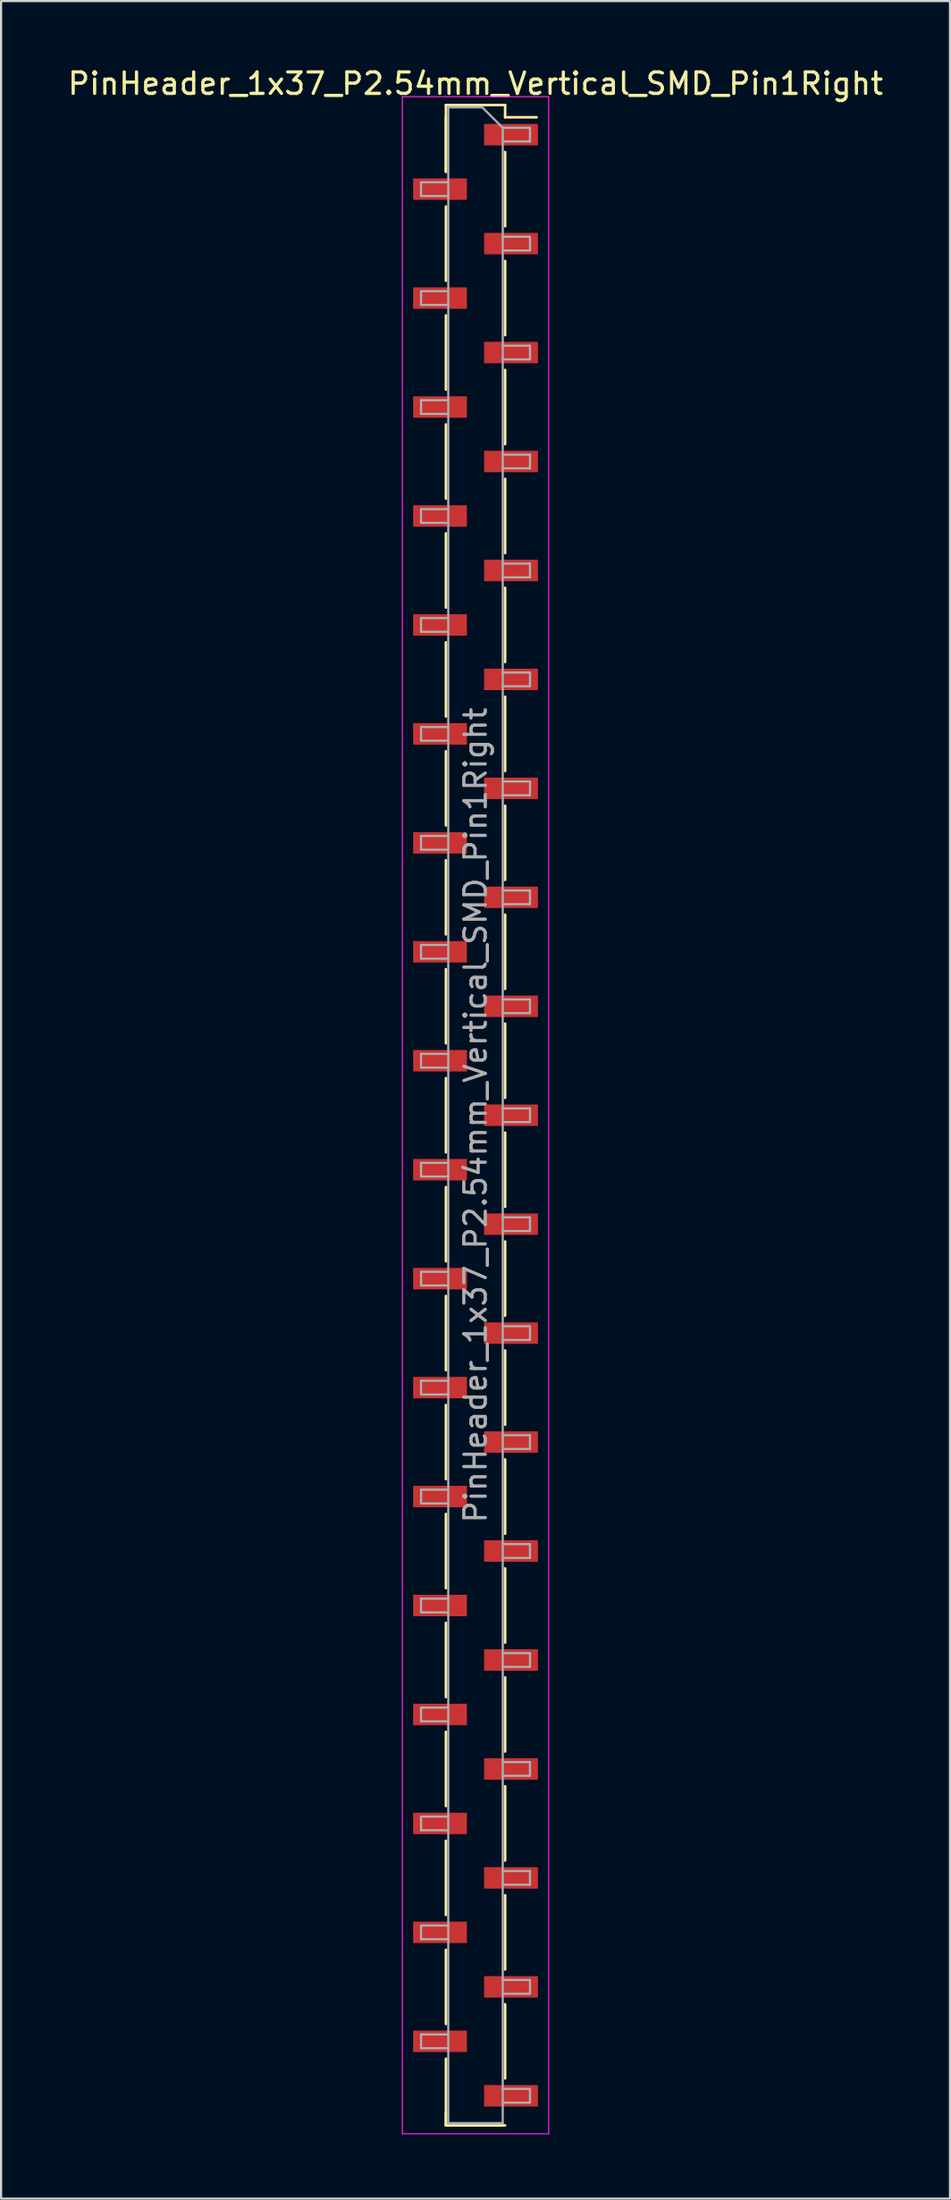
<source format=kicad_pcb>
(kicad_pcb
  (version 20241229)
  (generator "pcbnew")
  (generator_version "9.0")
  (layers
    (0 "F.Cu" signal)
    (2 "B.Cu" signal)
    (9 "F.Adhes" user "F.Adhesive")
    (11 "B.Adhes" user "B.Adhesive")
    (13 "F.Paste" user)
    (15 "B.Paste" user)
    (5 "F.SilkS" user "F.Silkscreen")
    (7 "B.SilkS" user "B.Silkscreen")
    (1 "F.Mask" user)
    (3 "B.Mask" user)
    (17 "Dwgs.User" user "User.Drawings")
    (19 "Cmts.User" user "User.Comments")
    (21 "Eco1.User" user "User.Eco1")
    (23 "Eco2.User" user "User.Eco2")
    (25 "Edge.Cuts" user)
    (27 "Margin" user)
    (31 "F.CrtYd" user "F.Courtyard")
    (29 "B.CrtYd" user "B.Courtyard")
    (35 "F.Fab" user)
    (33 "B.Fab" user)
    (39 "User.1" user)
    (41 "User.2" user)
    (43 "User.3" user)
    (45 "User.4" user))
  (footprint "PinHeader_1x37_P2.54mm_Vertical_SMD_Pin1Right"
    (layer "F.Cu")
    (at 19.125 48.948)
    (property "Reference" "PinHeader_1x37_P2.54mm_Vertical_SMD_Pin1Right" (at 0 -48.1 0) (layer "F.SilkS") (effects (font (size 1 1) (thickness 0.15))))
    (attr smd)
    (fp_line (start -1.38 -47.1) (end -1.38 -43.99) (stroke (width 0.12) (type solid)) (layer "F.SilkS"))
    (fp_line (start -1.38 -47.1) (end 1.38 -47.1) (stroke (width 0.12) (type solid)) (layer "F.SilkS"))
    (fp_line (start -1.38 -46.53) (end -1.38 -43.99) (stroke (width 0.12) (type solid)) (layer "F.SilkS"))
    (fp_line (start -1.38 -42.37) (end -1.38 -38.91) (stroke (width 0.12) (type solid)) (layer "F.SilkS"))
    (fp_line (start -1.38 -37.29) (end -1.38 -33.83) (stroke (width 0.12) (type solid)) (layer "F.SilkS"))
    (fp_line (start -1.38 -32.21) (end -1.38 -28.75) (stroke (width 0.12) (type solid)) (layer "F.SilkS"))
    (fp_line (start -1.38 -27.13) (end -1.38 -23.67) (stroke (width 0.12) (type solid)) (layer "F.SilkS"))
    (fp_line (start -1.38 -22.05) (end -1.38 -18.59) (stroke (width 0.12) (type solid)) (layer "F.SilkS"))
    (fp_line (start -1.38 -16.97) (end -1.38 -13.51) (stroke (width 0.12) (type solid)) (layer "F.SilkS"))
    (fp_line (start -1.38 -11.89) (end -1.38 -8.43) (stroke (width 0.12) (type solid)) (layer "F.SilkS"))
    (fp_line (start -1.38 -6.81) (end -1.38 -3.35) (stroke (width 0.12) (type solid)) (layer "F.SilkS"))
    (fp_line (start -1.38 -1.73) (end -1.38 1.73) (stroke (width 0.12) (type solid)) (layer "F.SilkS"))
    (fp_line (start -1.38 3.35) (end -1.38 6.81) (stroke (width 0.12) (type solid)) (layer "F.SilkS"))
    (fp_line (start -1.38 8.43) (end -1.38 11.89) (stroke (width 0.12) (type solid)) (layer "F.SilkS"))
    (fp_line (start -1.38 13.51) (end -1.38 16.97) (stroke (width 0.12) (type solid)) (layer "F.SilkS"))
    (fp_line (start -1.38 18.59) (end -1.38 22.05) (stroke (width 0.12) (type solid)) (layer "F.SilkS"))
    (fp_line (start -1.38 23.67) (end -1.38 27.13) (stroke (width 0.12) (type solid)) (layer "F.SilkS"))
    (fp_line (start -1.38 28.75) (end -1.38 32.21) (stroke (width 0.12) (type solid)) (layer "F.SilkS"))
    (fp_line (start -1.38 33.83) (end -1.38 37.29) (stroke (width 0.12) (type solid)) (layer "F.SilkS"))
    (fp_line (start -1.38 38.91) (end -1.38 42.37) (stroke (width 0.12) (type solid)) (layer "F.SilkS"))
    (fp_line (start -1.38 43.99) (end -1.38 47.1) (stroke (width 0.12) (type solid)) (layer "F.SilkS"))
    (fp_line (start -1.38 46.53) (end -1.38 47.1) (stroke (width 0.12) (type solid)) (layer "F.SilkS"))
    (fp_line (start -1.38 47.1) (end 1.38 47.1) (stroke (width 0.12) (type solid)) (layer "F.SilkS"))
    (fp_line (start 1.38 -47.1) (end 1.38 -46.53) (stroke (width 0.12) (type solid)) (layer "F.SilkS"))
    (fp_line (start 1.38 -46.53) (end 2.85 -46.53) (stroke (width 0.12) (type solid)) (layer "F.SilkS"))
    (fp_line (start 1.38 -44.91) (end 1.38 -41.45) (stroke (width 0.12) (type solid)) (layer "F.SilkS"))
    (fp_line (start 1.38 -39.83) (end 1.38 -36.37) (stroke (width 0.12) (type solid)) (layer "F.SilkS"))
    (fp_line (start 1.38 -34.75) (end 1.38 -31.29) (stroke (width 0.12) (type solid)) (layer "F.SilkS"))
    (fp_line (start 1.38 -29.67) (end 1.38 -26.21) (stroke (width 0.12) (type solid)) (layer "F.SilkS"))
    (fp_line (start 1.38 -24.59) (end 1.38 -21.13) (stroke (width 0.12) (type solid)) (layer "F.SilkS"))
    (fp_line (start 1.38 -19.51) (end 1.38 -16.05) (stroke (width 0.12) (type solid)) (layer "F.SilkS"))
    (fp_line (start 1.38 -14.43) (end 1.38 -10.97) (stroke (width 0.12) (type solid)) (layer "F.SilkS"))
    (fp_line (start 1.38 -9.35) (end 1.38 -5.89) (stroke (width 0.12) (type solid)) (layer "F.SilkS"))
    (fp_line (start 1.38 -4.27) (end 1.38 -0.81) (stroke (width 0.12) (type solid)) (layer "F.SilkS"))
    (fp_line (start 1.38 0.81) (end 1.38 4.27) (stroke (width 0.12) (type solid)) (layer "F.SilkS"))
    (fp_line (start 1.38 5.89) (end 1.38 9.35) (stroke (width 0.12) (type solid)) (layer "F.SilkS"))
    (fp_line (start 1.38 10.97) (end 1.38 14.43) (stroke (width 0.12) (type solid)) (layer "F.SilkS"))
    (fp_line (start 1.38 16.05) (end 1.38 19.51) (stroke (width 0.12) (type solid)) (layer "F.SilkS"))
    (fp_line (start 1.38 21.13) (end 1.38 24.59) (stroke (width 0.12) (type solid)) (layer "F.SilkS"))
    (fp_line (start 1.38 26.21) (end 1.38 29.67) (stroke (width 0.12) (type solid)) (layer "F.SilkS"))
    (fp_line (start 1.38 31.29) (end 1.38 34.75) (stroke (width 0.12) (type solid)) (layer "F.SilkS"))
    (fp_line (start 1.38 36.37) (end 1.38 39.83) (stroke (width 0.12) (type solid)) (layer "F.SilkS"))
    (fp_line (start 1.38 41.45) (end 1.38 44.91) (stroke (width 0.12) (type solid)) (layer "F.SilkS"))
    (fp_line (start -3.41 -47.49) (end -3.41 47.49) (stroke (width 0.05) (type solid)) (layer "F.CrtYd"))
    (fp_line (start -3.41 47.49) (end 3.41 47.49) (stroke (width 0.05) (type solid)) (layer "F.CrtYd"))
    (fp_line (start 3.41 -47.49) (end -3.41 -47.49) (stroke (width 0.05) (type solid)) (layer "F.CrtYd"))
    (fp_line (start 3.41 47.49) (end 3.41 -47.49) (stroke (width 0.05) (type solid)) (layer "F.CrtYd"))
    (fp_line (start -2.54 -43.5) (end -2.54 -42.86) (stroke (width 0.1) (type solid)) (layer "F.Fab"))
    (fp_line (start -2.54 -42.86) (end -1.27 -42.86) (stroke (width 0.1) (type solid)) (layer "F.Fab"))
    (fp_line (start -2.54 -38.42) (end -2.54 -37.78) (stroke (width 0.1) (type solid)) (layer "F.Fab"))
    (fp_line (start -2.54 -37.78) (end -1.27 -37.78) (stroke (width 0.1) (type solid)) (layer "F.Fab"))
    (fp_line (start -2.54 -33.34) (end -2.54 -32.7) (stroke (width 0.1) (type solid)) (layer "F.Fab"))
    (fp_line (start -2.54 -32.7) (end -1.27 -32.7) (stroke (width 0.1) (type solid)) (layer "F.Fab"))
    (fp_line (start -2.54 -28.26) (end -2.54 -27.62) (stroke (width 0.1) (type solid)) (layer "F.Fab"))
    (fp_line (start -2.54 -27.62) (end -1.27 -27.62) (stroke (width 0.1) (type solid)) (layer "F.Fab"))
    (fp_line (start -2.54 -23.18) (end -2.54 -22.54) (stroke (width 0.1) (type solid)) (layer "F.Fab"))
    (fp_line (start -2.54 -22.54) (end -1.27 -22.54) (stroke (width 0.1) (type solid)) (layer "F.Fab"))
    (fp_line (start -2.54 -18.1) (end -2.54 -17.46) (stroke (width 0.1) (type solid)) (layer "F.Fab"))
    (fp_line (start -2.54 -17.46) (end -1.27 -17.46) (stroke (width 0.1) (type solid)) (layer "F.Fab"))
    (fp_line (start -2.54 -13.02) (end -2.54 -12.38) (stroke (width 0.1) (type solid)) (layer "F.Fab"))
    (fp_line (start -2.54 -12.38) (end -1.27 -12.38) (stroke (width 0.1) (type solid)) (layer "F.Fab"))
    (fp_line (start -2.54 -7.94) (end -2.54 -7.3) (stroke (width 0.1) (type solid)) (layer "F.Fab"))
    (fp_line (start -2.54 -7.3) (end -1.27 -7.3) (stroke (width 0.1) (type solid)) (layer "F.Fab"))
    (fp_line (start -2.54 -2.86) (end -2.54 -2.22) (stroke (width 0.1) (type solid)) (layer "F.Fab"))
    (fp_line (start -2.54 -2.22) (end -1.27 -2.22) (stroke (width 0.1) (type solid)) (layer "F.Fab"))
    (fp_line (start -2.54 2.22) (end -2.54 2.86) (stroke (width 0.1) (type solid)) (layer "F.Fab"))
    (fp_line (start -2.54 2.86) (end -1.27 2.86) (stroke (width 0.1) (type solid)) (layer "F.Fab"))
    (fp_line (start -2.54 7.3) (end -2.54 7.94) (stroke (width 0.1) (type solid)) (layer "F.Fab"))
    (fp_line (start -2.54 7.94) (end -1.27 7.94) (stroke (width 0.1) (type solid)) (layer "F.Fab"))
    (fp_line (start -2.54 12.38) (end -2.54 13.02) (stroke (width 0.1) (type solid)) (layer "F.Fab"))
    (fp_line (start -2.54 13.02) (end -1.27 13.02) (stroke (width 0.1) (type solid)) (layer "F.Fab"))
    (fp_line (start -2.54 17.46) (end -2.54 18.1) (stroke (width 0.1) (type solid)) (layer "F.Fab"))
    (fp_line (start -2.54 18.1) (end -1.27 18.1) (stroke (width 0.1) (type solid)) (layer "F.Fab"))
    (fp_line (start -2.54 22.54) (end -2.54 23.18) (stroke (width 0.1) (type solid)) (layer "F.Fab"))
    (fp_line (start -2.54 23.18) (end -1.27 23.18) (stroke (width 0.1) (type solid)) (layer "F.Fab"))
    (fp_line (start -2.54 27.62) (end -2.54 28.26) (stroke (width 0.1) (type solid)) (layer "F.Fab"))
    (fp_line (start -2.54 28.26) (end -1.27 28.26) (stroke (width 0.1) (type solid)) (layer "F.Fab"))
    (fp_line (start -2.54 32.7) (end -2.54 33.34) (stroke (width 0.1) (type solid)) (layer "F.Fab"))
    (fp_line (start -2.54 33.34) (end -1.27 33.34) (stroke (width 0.1) (type solid)) (layer "F.Fab"))
    (fp_line (start -2.54 37.78) (end -2.54 38.42) (stroke (width 0.1) (type solid)) (layer "F.Fab"))
    (fp_line (start -2.54 38.42) (end -1.27 38.42) (stroke (width 0.1) (type solid)) (layer "F.Fab"))
    (fp_line (start -2.54 42.86) (end -2.54 43.5) (stroke (width 0.1) (type solid)) (layer "F.Fab"))
    (fp_line (start -2.54 43.5) (end -1.27 43.5) (stroke (width 0.1) (type solid)) (layer "F.Fab"))
    (fp_line (start -1.27 -46.99) (end -1.27 46.99) (stroke (width 0.1) (type solid)) (layer "F.Fab"))
    (fp_line (start -1.27 -46.99) (end 0.32 -46.99) (stroke (width 0.1) (type solid)) (layer "F.Fab"))
    (fp_line (start -1.27 -43.5) (end -2.54 -43.5) (stroke (width 0.1) (type solid)) (layer "F.Fab"))
    (fp_line (start -1.27 -38.42) (end -2.54 -38.42) (stroke (width 0.1) (type solid)) (layer "F.Fab"))
    (fp_line (start -1.27 -33.34) (end -2.54 -33.34) (stroke (width 0.1) (type solid)) (layer "F.Fab"))
    (fp_line (start -1.27 -28.26) (end -2.54 -28.26) (stroke (width 0.1) (type solid)) (layer "F.Fab"))
    (fp_line (start -1.27 -23.18) (end -2.54 -23.18) (stroke (width 0.1) (type solid)) (layer "F.Fab"))
    (fp_line (start -1.27 -18.1) (end -2.54 -18.1) (stroke (width 0.1) (type solid)) (layer "F.Fab"))
    (fp_line (start -1.27 -13.02) (end -2.54 -13.02) (stroke (width 0.1) (type solid)) (layer "F.Fab"))
    (fp_line (start -1.27 -7.94) (end -2.54 -7.94) (stroke (width 0.1) (type solid)) (layer "F.Fab"))
    (fp_line (start -1.27 -2.86) (end -2.54 -2.86) (stroke (width 0.1) (type solid)) (layer "F.Fab"))
    (fp_line (start -1.27 2.22) (end -2.54 2.22) (stroke (width 0.1) (type solid)) (layer "F.Fab"))
    (fp_line (start -1.27 7.3) (end -2.54 7.3) (stroke (width 0.1) (type solid)) (layer "F.Fab"))
    (fp_line (start -1.27 12.38) (end -2.54 12.38) (stroke (width 0.1) (type solid)) (layer "F.Fab"))
    (fp_line (start -1.27 17.46) (end -2.54 17.46) (stroke (width 0.1) (type solid)) (layer "F.Fab"))
    (fp_line (start -1.27 22.54) (end -2.54 22.54) (stroke (width 0.1) (type solid)) (layer "F.Fab"))
    (fp_line (start -1.27 27.62) (end -2.54 27.62) (stroke (width 0.1) (type solid)) (layer "F.Fab"))
    (fp_line (start -1.27 32.7) (end -2.54 32.7) (stroke (width 0.1) (type solid)) (layer "F.Fab"))
    (fp_line (start -1.27 37.78) (end -2.54 37.78) (stroke (width 0.1) (type solid)) (layer "F.Fab"))
    (fp_line (start -1.27 42.86) (end -2.54 42.86) (stroke (width 0.1) (type solid)) (layer "F.Fab"))
    (fp_line (start 1.27 -46.04) (end 0.32 -46.99) (stroke (width 0.1) (type solid)) (layer "F.Fab"))
    (fp_line (start 1.27 -46.04) (end 2.54 -46.04) (stroke (width 0.1) (type solid)) (layer "F.Fab"))
    (fp_line (start 1.27 -40.96) (end 2.54 -40.96) (stroke (width 0.1) (type solid)) (layer "F.Fab"))
    (fp_line (start 1.27 -35.88) (end 2.54 -35.88) (stroke (width 0.1) (type solid)) (layer "F.Fab"))
    (fp_line (start 1.27 -30.8) (end 2.54 -30.8) (stroke (width 0.1) (type solid)) (layer "F.Fab"))
    (fp_line (start 1.27 -25.72) (end 2.54 -25.72) (stroke (width 0.1) (type solid)) (layer "F.Fab"))
    (fp_line (start 1.27 -20.64) (end 2.54 -20.64) (stroke (width 0.1) (type solid)) (layer "F.Fab"))
    (fp_line (start 1.27 -15.56) (end 2.54 -15.56) (stroke (width 0.1) (type solid)) (layer "F.Fab"))
    (fp_line (start 1.27 -10.48) (end 2.54 -10.48) (stroke (width 0.1) (type solid)) (layer "F.Fab"))
    (fp_line (start 1.27 -5.4) (end 2.54 -5.4) (stroke (width 0.1) (type solid)) (layer "F.Fab"))
    (fp_line (start 1.27 -0.32) (end 2.54 -0.32) (stroke (width 0.1) (type solid)) (layer "F.Fab"))
    (fp_line (start 1.27 4.76) (end 2.54 4.76) (stroke (width 0.1) (type solid)) (layer "F.Fab"))
    (fp_line (start 1.27 9.84) (end 2.54 9.84) (stroke (width 0.1) (type solid)) (layer "F.Fab"))
    (fp_line (start 1.27 14.92) (end 2.54 14.92) (stroke (width 0.1) (type solid)) (layer "F.Fab"))
    (fp_line (start 1.27 20) (end 2.54 20) (stroke (width 0.1) (type solid)) (layer "F.Fab"))
    (fp_line (start 1.27 25.08) (end 2.54 25.08) (stroke (width 0.1) (type solid)) (layer "F.Fab"))
    (fp_line (start 1.27 30.16) (end 2.54 30.16) (stroke (width 0.1) (type solid)) (layer "F.Fab"))
    (fp_line (start 1.27 35.24) (end 2.54 35.24) (stroke (width 0.1) (type solid)) (layer "F.Fab"))
    (fp_line (start 1.27 40.32) (end 2.54 40.32) (stroke (width 0.1) (type solid)) (layer "F.Fab"))
    (fp_line (start 1.27 45.4) (end 2.54 45.4) (stroke (width 0.1) (type solid)) (layer "F.Fab"))
    (fp_line (start 1.27 46.99) (end -1.27 46.99) (stroke (width 0.1) (type solid)) (layer "F.Fab"))
    (fp_line (start 1.27 46.99) (end 1.27 -46.04) (stroke (width 0.1) (type solid)) (layer "F.Fab"))
    (fp_line (start 2.54 -46.04) (end 2.54 -45.4) (stroke (width 0.1) (type solid)) (layer "F.Fab"))
    (fp_line (start 2.54 -45.4) (end 1.27 -45.4) (stroke (width 0.1) (type solid)) (layer "F.Fab"))
    (fp_line (start 2.54 -40.96) (end 2.54 -40.32) (stroke (width 0.1) (type solid)) (layer "F.Fab"))
    (fp_line (start 2.54 -40.32) (end 1.27 -40.32) (stroke (width 0.1) (type solid)) (layer "F.Fab"))
    (fp_line (start 2.54 -35.88) (end 2.54 -35.24) (stroke (width 0.1) (type solid)) (layer "F.Fab"))
    (fp_line (start 2.54 -35.24) (end 1.27 -35.24) (stroke (width 0.1) (type solid)) (layer "F.Fab"))
    (fp_line (start 2.54 -30.8) (end 2.54 -30.16) (stroke (width 0.1) (type solid)) (layer "F.Fab"))
    (fp_line (start 2.54 -30.16) (end 1.27 -30.16) (stroke (width 0.1) (type solid)) (layer "F.Fab"))
    (fp_line (start 2.54 -25.72) (end 2.54 -25.08) (stroke (width 0.1) (type solid)) (layer "F.Fab"))
    (fp_line (start 2.54 -25.08) (end 1.27 -25.08) (stroke (width 0.1) (type solid)) (layer "F.Fab"))
    (fp_line (start 2.54 -20.64) (end 2.54 -20) (stroke (width 0.1) (type solid)) (layer "F.Fab"))
    (fp_line (start 2.54 -20) (end 1.27 -20) (stroke (width 0.1) (type solid)) (layer "F.Fab"))
    (fp_line (start 2.54 -15.56) (end 2.54 -14.92) (stroke (width 0.1) (type solid)) (layer "F.Fab"))
    (fp_line (start 2.54 -14.92) (end 1.27 -14.92) (stroke (width 0.1) (type solid)) (layer "F.Fab"))
    (fp_line (start 2.54 -10.48) (end 2.54 -9.84) (stroke (width 0.1) (type solid)) (layer "F.Fab"))
    (fp_line (start 2.54 -9.84) (end 1.27 -9.84) (stroke (width 0.1) (type solid)) (layer "F.Fab"))
    (fp_line (start 2.54 -5.4) (end 2.54 -4.76) (stroke (width 0.1) (type solid)) (layer "F.Fab"))
    (fp_line (start 2.54 -4.76) (end 1.27 -4.76) (stroke (width 0.1) (type solid)) (layer "F.Fab"))
    (fp_line (start 2.54 -0.32) (end 2.54 0.32) (stroke (width 0.1) (type solid)) (layer "F.Fab"))
    (fp_line (start 2.54 0.32) (end 1.27 0.32) (stroke (width 0.1) (type solid)) (layer "F.Fab"))
    (fp_line (start 2.54 4.76) (end 2.54 5.4) (stroke (width 0.1) (type solid)) (layer "F.Fab"))
    (fp_line (start 2.54 5.4) (end 1.27 5.4) (stroke (width 0.1) (type solid)) (layer "F.Fab"))
    (fp_line (start 2.54 9.84) (end 2.54 10.48) (stroke (width 0.1) (type solid)) (layer "F.Fab"))
    (fp_line (start 2.54 10.48) (end 1.27 10.48) (stroke (width 0.1) (type solid)) (layer "F.Fab"))
    (fp_line (start 2.54 14.92) (end 2.54 15.56) (stroke (width 0.1) (type solid)) (layer "F.Fab"))
    (fp_line (start 2.54 15.56) (end 1.27 15.56) (stroke (width 0.1) (type solid)) (layer "F.Fab"))
    (fp_line (start 2.54 20) (end 2.54 20.64) (stroke (width 0.1) (type solid)) (layer "F.Fab"))
    (fp_line (start 2.54 20.64) (end 1.27 20.64) (stroke (width 0.1) (type solid)) (layer "F.Fab"))
    (fp_line (start 2.54 25.08) (end 2.54 25.72) (stroke (width 0.1) (type solid)) (layer "F.Fab"))
    (fp_line (start 2.54 25.72) (end 1.27 25.72) (stroke (width 0.1) (type solid)) (layer "F.Fab"))
    (fp_line (start 2.54 30.16) (end 2.54 30.8) (stroke (width 0.1) (type solid)) (layer "F.Fab"))
    (fp_line (start 2.54 30.8) (end 1.27 30.8) (stroke (width 0.1) (type solid)) (layer "F.Fab"))
    (fp_line (start 2.54 35.24) (end 2.54 35.88) (stroke (width 0.1) (type solid)) (layer "F.Fab"))
    (fp_line (start 2.54 35.88) (end 1.27 35.88) (stroke (width 0.1) (type solid)) (layer "F.Fab"))
    (fp_line (start 2.54 40.32) (end 2.54 40.96) (stroke (width 0.1) (type solid)) (layer "F.Fab"))
    (fp_line (start 2.54 40.96) (end 1.27 40.96) (stroke (width 0.1) (type solid)) (layer "F.Fab"))
    (fp_line (start 2.54 45.4) (end 2.54 46.04) (stroke (width 0.1) (type solid)) (layer "F.Fab"))
    (fp_line (start 2.54 46.04) (end 1.27 46.04) (stroke (width 0.1) (type solid)) (layer "F.Fab"))
    (fp_text user "${REFERENCE}" (at 0 0 90) (layer "F.Fab") (effects (font (size 1 1) (thickness 0.15))))
    (pad "1" smd rect (at 1.655 -45.72) (size 2.51 1) (layers "F.Cu" "F.Mask" "F.Paste"))
    (pad "2" smd rect (at -1.655 -43.18) (size 2.51 1) (layers "F.Cu" "F.Mask" "F.Paste"))
    (pad "3" smd rect (at 1.655 -40.64) (size 2.51 1) (layers "F.Cu" "F.Mask" "F.Paste"))
    (pad "4" smd rect (at -1.655 -38.1) (size 2.51 1) (layers "F.Cu" "F.Mask" "F.Paste"))
    (pad "5" smd rect (at 1.655 -35.56) (size 2.51 1) (layers "F.Cu" "F.Mask" "F.Paste"))
    (pad "6" smd rect (at -1.655 -33.02) (size 2.51 1) (layers "F.Cu" "F.Mask" "F.Paste"))
    (pad "7" smd rect (at 1.655 -30.48) (size 2.51 1) (layers "F.Cu" "F.Mask" "F.Paste"))
    (pad "8" smd rect (at -1.655 -27.94) (size 2.51 1) (layers "F.Cu" "F.Mask" "F.Paste"))
    (pad "9" smd rect (at 1.655 -25.4) (size 2.51 1) (layers "F.Cu" "F.Mask" "F.Paste"))
    (pad "10" smd rect (at -1.655 -22.86) (size 2.51 1) (layers "F.Cu" "F.Mask" "F.Paste"))
    (pad "11" smd rect (at 1.655 -20.32) (size 2.51 1) (layers "F.Cu" "F.Mask" "F.Paste"))
    (pad "12" smd rect (at -1.655 -17.78) (size 2.51 1) (layers "F.Cu" "F.Mask" "F.Paste"))
    (pad "13" smd rect (at 1.655 -15.24) (size 2.51 1) (layers "F.Cu" "F.Mask" "F.Paste"))
    (pad "14" smd rect (at -1.655 -12.7) (size 2.51 1) (layers "F.Cu" "F.Mask" "F.Paste"))
    (pad "15" smd rect (at 1.655 -10.16) (size 2.51 1) (layers "F.Cu" "F.Mask" "F.Paste"))
    (pad "16" smd rect (at -1.655 -7.62) (size 2.51 1) (layers "F.Cu" "F.Mask" "F.Paste"))
    (pad "17" smd rect (at 1.655 -5.08) (size 2.51 1) (layers "F.Cu" "F.Mask" "F.Paste"))
    (pad "18" smd rect (at -1.655 -2.54) (size 2.51 1) (layers "F.Cu" "F.Mask" "F.Paste"))
    (pad "19" smd rect (at 1.655 0) (size 2.51 1) (layers "F.Cu" "F.Mask" "F.Paste"))
    (pad "20" smd rect (at -1.655 2.54) (size 2.51 1) (layers "F.Cu" "F.Mask" "F.Paste"))
    (pad "21" smd rect (at 1.655 5.08) (size 2.51 1) (layers "F.Cu" "F.Mask" "F.Paste"))
    (pad "22" smd rect (at -1.655 7.62) (size 2.51 1) (layers "F.Cu" "F.Mask" "F.Paste"))
    (pad "23" smd rect (at 1.655 10.16) (size 2.51 1) (layers "F.Cu" "F.Mask" "F.Paste"))
    (pad "24" smd rect (at -1.655 12.7) (size 2.51 1) (layers "F.Cu" "F.Mask" "F.Paste"))
    (pad "25" smd rect (at 1.655 15.24) (size 2.51 1) (layers "F.Cu" "F.Mask" "F.Paste"))
    (pad "26" smd rect (at -1.655 17.78) (size 2.51 1) (layers "F.Cu" "F.Mask" "F.Paste"))
    (pad "27" smd rect (at 1.655 20.32) (size 2.51 1) (layers "F.Cu" "F.Mask" "F.Paste"))
    (pad "28" smd rect (at -1.655 22.86) (size 2.51 1) (layers "F.Cu" "F.Mask" "F.Paste"))
    (pad "29" smd rect (at 1.655 25.4) (size 2.51 1) (layers "F.Cu" "F.Mask" "F.Paste"))
    (pad "30" smd rect (at -1.655 27.94) (size 2.51 1) (layers "F.Cu" "F.Mask" "F.Paste"))
    (pad "31" smd rect (at 1.655 30.48) (size 2.51 1) (layers "F.Cu" "F.Mask" "F.Paste"))
    (pad "32" smd rect (at -1.655 33.02) (size 2.51 1) (layers "F.Cu" "F.Mask" "F.Paste"))
    (pad "33" smd rect (at 1.655 35.56) (size 2.51 1) (layers "F.Cu" "F.Mask" "F.Paste"))
    (pad "34" smd rect (at -1.655 38.1) (size 2.51 1) (layers "F.Cu" "F.Mask" "F.Paste"))
    (pad "35" smd rect (at 1.655 40.64) (size 2.51 1) (layers "F.Cu" "F.Mask" "F.Paste"))
    (pad "36" smd rect (at -1.655 43.18) (size 2.51 1) (layers "F.Cu" "F.Mask" "F.Paste"))
    (pad "37" smd rect (at 1.655 45.72) (size 2.51 1) (layers "F.Cu" "F.Mask" "F.Paste")))
  (gr_rect
    (start -3 -3)
    (end 41.25 99.463)
    (stroke (width 0.1) (type default))
    (fill no)
    (layer "Edge.Cuts")))
</source>
